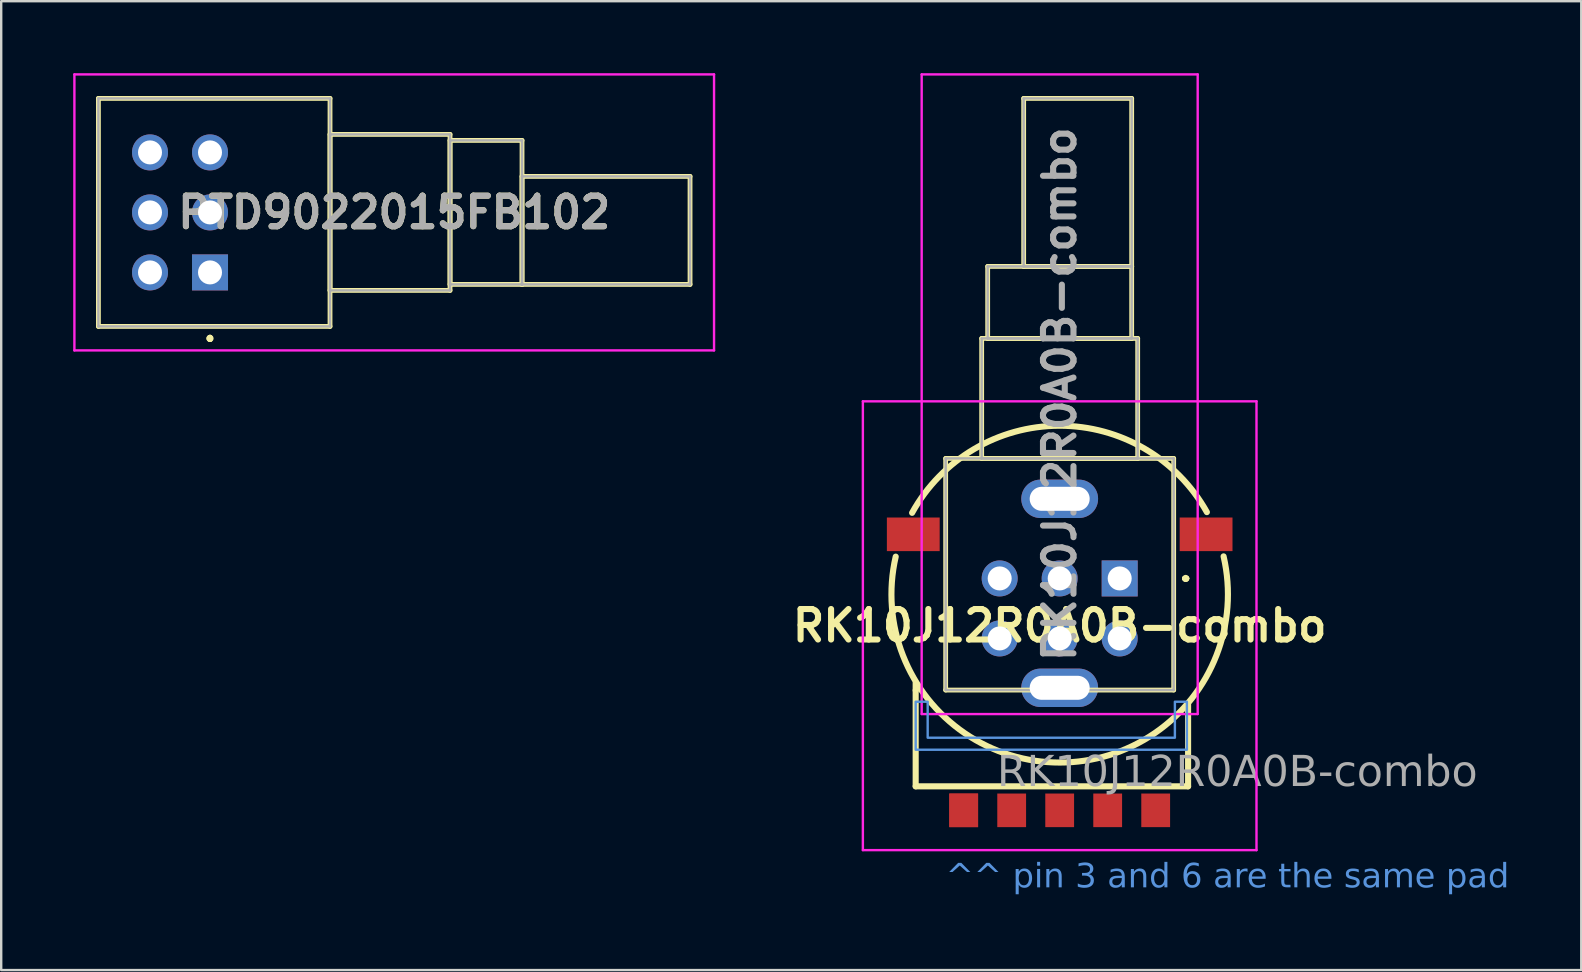
<source format=kicad_pcb>
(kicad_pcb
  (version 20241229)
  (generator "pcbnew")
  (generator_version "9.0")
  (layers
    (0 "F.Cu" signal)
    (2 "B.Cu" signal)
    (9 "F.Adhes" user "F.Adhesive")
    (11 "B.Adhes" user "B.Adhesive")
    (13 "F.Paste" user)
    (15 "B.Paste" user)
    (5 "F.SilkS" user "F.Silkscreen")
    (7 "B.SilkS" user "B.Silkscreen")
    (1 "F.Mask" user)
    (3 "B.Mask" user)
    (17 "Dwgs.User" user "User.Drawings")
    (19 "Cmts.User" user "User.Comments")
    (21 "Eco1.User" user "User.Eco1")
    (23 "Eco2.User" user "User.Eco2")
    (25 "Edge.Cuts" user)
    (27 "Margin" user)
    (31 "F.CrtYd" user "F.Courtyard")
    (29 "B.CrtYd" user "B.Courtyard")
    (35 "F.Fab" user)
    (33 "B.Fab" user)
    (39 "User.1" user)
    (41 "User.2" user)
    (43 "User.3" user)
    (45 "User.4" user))
  (footprint "PTD9022015FB102"
    (layer "F.Cu")
    (at 5.7 8.3)
    (property "Reference" "PTD9022015FB102" (at 7.675 -2.5 0) (layer "F.SilkS") (effects (font (size 1.27 1.27) (thickness 0.254))))
    (attr through_hole)
    (fp_line (start -4.65 -7.25) (end 5 -7.25) (stroke (width 0.2) (type solid)) (layer "F.SilkS"))
    (fp_line (start -4.65 2.25) (end -4.65 -7.25) (stroke (width 0.2) (type solid)) (layer "F.SilkS"))
    (fp_line (start 0 2.7) (end 0 2.7) (stroke (width 0.2) (type solid)) (layer "F.SilkS"))
    (fp_line (start 0 2.7) (end 0 2.7) (stroke (width 0.2) (type solid)) (layer "F.SilkS"))
    (fp_line (start 0 2.8) (end 0 2.8) (stroke (width 0.2) (type solid)) (layer "F.SilkS"))
    (fp_line (start 5 -7.25) (end 5 2.25) (stroke (width 0.2) (type solid)) (layer "F.SilkS"))
    (fp_line (start 5 -5.75) (end 10 -5.75) (stroke (width 0.2) (type solid)) (layer "F.SilkS"))
    (fp_line (start 5 0.75) (end 5 -5.75) (stroke (width 0.2) (type solid)) (layer "F.SilkS"))
    (fp_line (start 5 2.25) (end -4.65 2.25) (stroke (width 0.2) (type solid)) (layer "F.SilkS"))
    (fp_line (start 10 -5.75) (end 10 0.75) (stroke (width 0.2) (type solid)) (layer "F.SilkS"))
    (fp_line (start 10 -5.5) (end 13 -5.5) (stroke (width 0.2) (type solid)) (layer "F.SilkS"))
    (fp_line (start 10 0.5) (end 10 -5.5) (stroke (width 0.2) (type solid)) (layer "F.SilkS"))
    (fp_line (start 10 0.75) (end 5 0.75) (stroke (width 0.2) (type solid)) (layer "F.SilkS"))
    (fp_line (start 13 -5.5) (end 13 0.5) (stroke (width 0.2) (type solid)) (layer "F.SilkS"))
    (fp_line (start 13 -4) (end 20 -4) (stroke (width 0.2) (type solid)) (layer "F.SilkS"))
    (fp_line (start 13 0.5) (end 10 0.5) (stroke (width 0.2) (type solid)) (layer "F.SilkS"))
    (fp_line (start 13 0.5) (end 13 -4) (stroke (width 0.2) (type solid)) (layer "F.SilkS"))
    (fp_line (start 20 -4) (end 20 0.5) (stroke (width 0.2) (type solid)) (layer "F.SilkS"))
    (fp_line (start 20 0.5) (end 13 0.5) (stroke (width 0.2) (type solid)) (layer "F.SilkS"))
    (fp_arc (start 0 2.7) (mid 0.05 2.75) (end 0 2.8) (stroke (width 0.2) (type solid)) (layer "F.SilkS"))
    (fp_arc (start 0 2.8) (mid -0.05 2.75) (end 0 2.7) (stroke (width 0.2) (type solid)) (layer "F.SilkS"))
    (fp_arc (start 0 2.8) (mid -0.05 2.75) (end 0 2.7) (stroke (width 0.2) (type solid)) (layer "F.SilkS"))
    (fp_line (start -5.65 -8.25) (end 21 -8.25) (stroke (width 0.1) (type solid)) (layer "F.CrtYd"))
    (fp_line (start -5.65 3.25) (end -5.65 -8.25) (stroke (width 0.1) (type solid)) (layer "F.CrtYd"))
    (fp_line (start 21 -8.25) (end 21 3.25) (stroke (width 0.1) (type solid)) (layer "F.CrtYd"))
    (fp_line (start 21 3.25) (end -5.65 3.25) (stroke (width 0.1) (type solid)) (layer "F.CrtYd"))
    (fp_line (start -4.65 -7.25) (end -4.65 2.25) (stroke (width 0.1) (type solid)) (layer "F.Fab"))
    (fp_line (start -4.65 2.25) (end 5 2.25) (stroke (width 0.1) (type solid)) (layer "F.Fab"))
    (fp_line (start 5 -7.25) (end -4.65 -7.25) (stroke (width 0.1) (type solid)) (layer "F.Fab"))
    (fp_line (start 5 -5.75) (end 10 -5.75) (stroke (width 0.1) (type solid)) (layer "F.Fab"))
    (fp_line (start 5 0.75) (end 5 -5.75) (stroke (width 0.1) (type solid)) (layer "F.Fab"))
    (fp_line (start 5 2.25) (end 5 -7.25) (stroke (width 0.1) (type solid)) (layer "F.Fab"))
    (fp_line (start 10 -5.75) (end 10 0.75) (stroke (width 0.1) (type solid)) (layer "F.Fab"))
    (fp_line (start 10 -5.5) (end 13 -5.5) (stroke (width 0.1) (type solid)) (layer "F.Fab"))
    (fp_line (start 10 0.5) (end 10 -5.5) (stroke (width 0.1) (type solid)) (layer "F.Fab"))
    (fp_line (start 10 0.75) (end 5 0.75) (stroke (width 0.1) (type solid)) (layer "F.Fab"))
    (fp_line (start 13 -5.5) (end 13 0.5) (stroke (width 0.1) (type solid)) (layer "F.Fab"))
    (fp_line (start 13 -4) (end 20 -4) (stroke (width 0.1) (type solid)) (layer "F.Fab"))
    (fp_line (start 13 0.5) (end 10 0.5) (stroke (width 0.1) (type solid)) (layer "F.Fab"))
    (fp_line (start 13 0.5) (end 13 -4) (stroke (width 0.1) (type solid)) (layer "F.Fab"))
    (fp_line (start 20 -4) (end 20 0.5) (stroke (width 0.1) (type solid)) (layer "F.Fab"))
    (fp_line (start 20 0.5) (end 13 0.5) (stroke (width 0.1) (type solid)) (layer "F.Fab"))
    (fp_text user "${REFERENCE}" (at 7.675 -2.5 0) (layer "F.Fab") (effects (font (size 1.27 1.27) (thickness 0.254))))
    (pad "1" thru_hole circle (at 0 -5) (size 1.5 1.5) (drill 1) (layers "*.Cu" "*.Mask"))
    (pad "2" thru_hole circle (at 0 -2.5) (size 1.5 1.5) (drill 1) (layers "*.Cu" "*.Mask"))
    (pad "3" thru_hole rect (at 0 0) (size 1.5 1.5) (drill 1) (layers "*.Cu" "*.Mask"))
    (pad "4" thru_hole circle (at -2.5 -5) (size 1.5 1.5) (drill 1) (layers "*.Cu" "*.Mask"))
    (pad "5" thru_hole circle (at -2.5 -2.5) (size 1.5 1.5) (drill 1) (layers "*.Cu" "*.Mask"))
    (pad "6" thru_hole circle (at -2.5 0) (size 1.5 1.5) (drill 1) (layers "*.Cu" "*.Mask")))
  (footprint "RK10J12R0A0B-combo"
    (layer "F.Cu")
    (at 41.101 21.67)
    (property "Reference" "RK10J12R0A0B-combo" (at 0 1.35 0) (layer "F.SilkS") (effects (font (size 1.27 1.27) (thickness 0.254))))
    (attr through_hole)
    (fp_line (start -6 4.042) (end -6 3.742) (stroke (width 0.254) (type solid)) (layer "F.SilkS"))
    (fp_line (start -6 8.042) (end -6 4.042) (stroke (width 0.254) (type solid)) (layer "F.SilkS"))
    (fp_line (start -4.75 -5.62) (end 4.75 -5.62) (stroke (width 0.2) (type solid)) (layer "F.SilkS"))
    (fp_line (start -4.75 4.03) (end -4.75 -5.62) (stroke (width 0.2) (type solid)) (layer "F.SilkS"))
    (fp_line (start -3.25 -10.62) (end 3.25 -10.62) (stroke (width 0.2) (type solid)) (layer "F.SilkS"))
    (fp_line (start -3.25 -5.62) (end -3.25 -10.62) (stroke (width 0.2) (type solid)) (layer "F.SilkS"))
    (fp_line (start -3 -13.62) (end 3 -13.62) (stroke (width 0.2) (type solid)) (layer "F.SilkS"))
    (fp_line (start -3 -10.62) (end -3 -13.62) (stroke (width 0.2) (type solid)) (layer "F.SilkS"))
    (fp_line (start -1.5 -20.62) (end 3 -20.62) (stroke (width 0.2) (type solid)) (layer "F.SilkS"))
    (fp_line (start -1.5 -13.62) (end -1.5 -20.62) (stroke (width 0.2) (type solid)) (layer "F.SilkS"))
    (fp_line (start 3 -20.62) (end 3 -13.62) (stroke (width 0.2) (type solid)) (layer "F.SilkS"))
    (fp_line (start 3 -13.62) (end -1.5 -13.62) (stroke (width 0.2) (type solid)) (layer "F.SilkS"))
    (fp_line (start 3 -13.62) (end 3 -10.62) (stroke (width 0.2) (type solid)) (layer "F.SilkS"))
    (fp_line (start 3 -10.62) (end -3 -10.62) (stroke (width 0.2) (type solid)) (layer "F.SilkS"))
    (fp_line (start 3.25 -10.62) (end 3.25 -5.62) (stroke (width 0.2) (type solid)) (layer "F.SilkS"))
    (fp_line (start 3.25 -5.62) (end -3.25 -5.62) (stroke (width 0.2) (type solid)) (layer "F.SilkS"))
    (fp_line (start 4.75 -5.62) (end 4.75 4.03) (stroke (width 0.2) (type solid)) (layer "F.SilkS"))
    (fp_line (start 4.75 4.03) (end -4.75 4.03) (stroke (width 0.2) (type solid)) (layer "F.SilkS"))
    (fp_line (start 5.2 -0.62) (end 5.2 -0.62) (stroke (width 0.2) (type solid)) (layer "F.SilkS"))
    (fp_line (start 5.2 -0.62) (end 5.2 -0.62) (stroke (width 0.2) (type solid)) (layer "F.SilkS"))
    (fp_line (start 5.3 -0.62) (end 5.3 -0.62) (stroke (width 0.2) (type solid)) (layer "F.SilkS"))
    (fp_line (start 5.35 8.042) (end -6 8.042) (stroke (width 0.254) (type solid)) (layer "F.SilkS"))
    (fp_line (start 5.35 8.042) (end 5.35 4.642) (stroke (width 0.254) (type solid)) (layer "F.SilkS"))
    (fp_arc (start -6.149 -3.3532) (mid -0.016848 -6.982155) (end 6.132643 -3.382659) (stroke (width 0.254) (type solid)) (layer "F.SilkS"))
    (fp_arc (start 5.2 -0.62) (mid 5.25 -0.67) (end 5.3 -0.62) (stroke (width 0.2) (type solid)) (layer "F.SilkS"))
    (fp_arc (start 5.3 -0.62) (mid 5.25 -0.57) (end 5.2 -0.62) (stroke (width 0.2) (type solid)) (layer "F.SilkS"))
    (fp_arc (start 5.3 -0.62) (mid 5.25 -0.57) (end 5.2 -0.62) (stroke (width 0.2) (type solid)) (layer "F.SilkS"))
    (fp_arc (start 6.829 -1.5392) (mid 0.005879 7.05142) (end -6.831642 -1.527743) (stroke (width 0.254) (type solid)) (layer "F.SilkS"))
    (fp_poly (pts (xy -5 -3.158) (xy -5 -1.758) (xy -7.2 -1.758) (xy -7.2 -3.158)) (stroke (width 0) (type solid)) (fill yes) (layer "F.Paste"))
    (fp_poly (pts (xy -4.6 9.742) (xy -4.6 8.342) (xy -3.4 8.342) (xy -3.4 9.742)) (stroke (width 0) (type solid)) (fill yes) (layer "F.Paste"))
    (fp_poly (pts (xy -2.6 9.742) (xy -2.6 8.342) (xy -1.4 8.342) (xy -1.4 9.742)) (stroke (width 0) (type solid)) (fill yes) (layer "F.Paste"))
    (fp_poly (pts (xy -0.6 9.742) (xy -0.6 8.342) (xy 0.6 8.342) (xy 0.6 9.742)) (stroke (width 0) (type solid)) (fill yes) (layer "F.Paste"))
    (fp_poly (pts (xy 1.4 9.742) (xy 1.4 8.342) (xy 2.6 8.342) (xy 2.6 9.742)) (stroke (width 0) (type solid)) (fill yes) (layer "F.Paste"))
    (fp_poly (pts (xy 3.4 9.742) (xy 3.4 8.342) (xy 4.6 8.342) (xy 4.6 9.742)) (stroke (width 0) (type solid)) (fill yes) (layer "F.Paste"))
    (fp_poly (pts (xy 7.2 -3.158) (xy 7.2 -1.758) (xy 5 -1.758) (xy 5 -3.158)) (stroke (width 0) (type solid)) (fill yes) (layer "F.Paste"))
    (fp_poly (pts (xy -6 4.516) (xy -6 6.516) (xy 5.3 6.516) (xy 5.3 4.516) (xy 4.8 4.516) (xy 4.8 6.016) (xy -5.5 6.016) (xy -5.5 4.516)) (stroke (width 0.1) (type solid)) (fill no) (layer "Cmts.User"))
    (fp_line (start -8.2 -8) (end 8.2 -8) (stroke (width 0.1) (type solid)) (layer "F.CrtYd"))
    (fp_line (start -8.2 10.7) (end -8.2 -8) (stroke (width 0.1) (type solid)) (layer "F.CrtYd"))
    (fp_line (start -5.75 -21.62) (end 5.75 -21.62) (stroke (width 0.1) (type solid)) (layer "F.CrtYd"))
    (fp_line (start -5.75 5.03) (end -5.75 -21.62) (stroke (width 0.1) (type solid)) (layer "F.CrtYd"))
    (fp_line (start 5.75 -21.62) (end 5.75 5.03) (stroke (width 0.1) (type solid)) (layer "F.CrtYd"))
    (fp_line (start 5.75 5.03) (end -5.75 5.03) (stroke (width 0.1) (type solid)) (layer "F.CrtYd"))
    (fp_line (start 8.2 -8) (end 8.2 10.7) (stroke (width 0.1) (type solid)) (layer "F.CrtYd"))
    (fp_line (start 8.2 10.7) (end -8.2 10.7) (stroke (width 0.1) (type solid)) (layer "F.CrtYd"))
    (fp_line (start -4.75 -5.62) (end -4.75 4.03) (stroke (width 0.1) (type solid)) (layer "F.Fab"))
    (fp_line (start -4.75 4.03) (end 4.75 4.03) (stroke (width 0.1) (type solid)) (layer "F.Fab"))
    (fp_line (start -3.25 -10.62) (end 3.25 -10.62) (stroke (width 0.1) (type solid)) (layer "F.Fab"))
    (fp_line (start -3.25 -5.62) (end -3.25 -10.62) (stroke (width 0.1) (type solid)) (layer "F.Fab"))
    (fp_line (start -3 -13.62) (end 3 -13.62) (stroke (width 0.1) (type solid)) (layer "F.Fab"))
    (fp_line (start -3 -10.62) (end -3 -13.62) (stroke (width 0.1) (type solid)) (layer "F.Fab"))
    (fp_line (start -1.5 -20.62) (end 3 -20.62) (stroke (width 0.1) (type solid)) (layer "F.Fab"))
    (fp_line (start -1.5 -13.62) (end -1.5 -20.62) (stroke (width 0.1) (type solid)) (layer "F.Fab"))
    (fp_line (start 3 -20.62) (end 3 -13.62) (stroke (width 0.1) (type solid)) (layer "F.Fab"))
    (fp_line (start 3 -13.62) (end -1.5 -13.62) (stroke (width 0.1) (type solid)) (layer "F.Fab"))
    (fp_line (start 3 -13.62) (end 3 -10.62) (stroke (width 0.1) (type solid)) (layer "F.Fab"))
    (fp_line (start 3 -10.62) (end -3 -10.62) (stroke (width 0.1) (type solid)) (layer "F.Fab"))
    (fp_line (start 3.25 -10.62) (end 3.25 -5.62) (stroke (width 0.1) (type solid)) (layer "F.Fab"))
    (fp_line (start 3.25 -5.62) (end -3.25 -5.62) (stroke (width 0.1) (type solid)) (layer "F.Fab"))
    (fp_line (start 4.75 -5.62) (end -4.75 -5.62) (stroke (width 0.1) (type solid)) (layer "F.Fab"))
    (fp_line (start 4.75 4.03) (end 4.75 -5.62) (stroke (width 0.1) (type solid)) (layer "F.Fab"))
    (fp_text user "^^ pin 3 and 6 are the same pad" (at -4.75 12.421 0) (unlocked yes) (layer "Cmts.User") (effects (font (face "Futura") (size 1 1) (thickness 0.15)) (justify left bottom)))
    (fp_text user "${REFERENCE}" (at 7.4 7.5 0) (layer "F.Fab") (effects (font (face "Futura") (size 1.27 1.27) (thickness 0.254))))
    (fp_text user "${REFERENCE}" (at 0 -8.295 90) (layer "F.Fab") (effects (font (size 1.27 1.27) (thickness 0.254))))
    (pad "1" thru_hole circle (at -2.5 -0.62 90) (size 1.5 1.5) (drill 1) (layers "*.Cu" "*.Mask"))
    (pad "1" smd rect (at 2 9.042 90) (size 1.4 1.2) (layers "F.Cu" "F.Mask" "F.Paste"))
    (pad "2" thru_hole circle (at 0 -0.62 90) (size 1.5 1.5) (drill 1) (layers "*.Cu" "*.Mask"))
    (pad "2" smd rect (at 0 9.042 90) (size 1.4 1.2) (layers "F.Cu" "F.Mask" "F.Paste"))
    (pad "3" smd rect (at -4 9.042 90) (size 1.4 1.2) (layers "F.Cu" "F.Mask" "F.Paste"))
    (pad "3" thru_hole rect (at 2.5 -0.62 90) (size 1.5 1.5) (drill 1) (layers "*.Cu" "*.Mask"))
    (pad "4" thru_hole circle (at -2.5 1.88 90) (size 1.5 1.5) (drill 1) (layers "*.Cu" "*.Mask"))
    (pad "4" smd rect (at 4 9.042 90) (size 1.4 1.2) (layers "F.Cu" "F.Mask" "F.Paste"))
    (pad "5" smd rect (at -2 9.042 90) (size 1.4 1.2) (layers "F.Cu" "F.Mask" "F.Paste"))
    (pad "5" thru_hole circle (at 0 1.88 90) (size 1.5 1.5) (drill 1) (layers "*.Cu" "*.Mask"))
    (pad "6" smd rect (at -4 9.042 90) (size 1.4 1.2) (layers "F.Cu" "F.Mask" "F.Paste"))
    (pad "6" thru_hole circle (at 2.5 1.88 90) (size 1.5 1.5) (drill 1) (layers "*.Cu" "*.Mask"))
    (pad "MP" smd rect (at -6.1 -2.458 270) (size 1.4 2.2) (layers "F.Cu" "F.Mask" "F.Paste"))
    (pad "MP" thru_hole oval (at 0 -3.937 270) (size 1.6 3.2) (drill oval 1 2.5) (layers "*.Cu" "*.Mask"))
    (pad "MP" thru_hole oval (at 0 3.937 270) (size 1.6 3.2) (drill oval 1 2.5) (layers "*.Cu" "*.Mask"))
    (pad "MP" smd rect (at 6.1 -2.458 270) (size 1.4 2.2) (layers "F.Cu" "F.Mask" "F.Paste")))
  (gr_rect
    (start -3 -3)
    (end 62.832 37.368)
    (stroke (width 0.1) (type default))
    (fill no)
    (layer "Edge.Cuts")))
</source>
